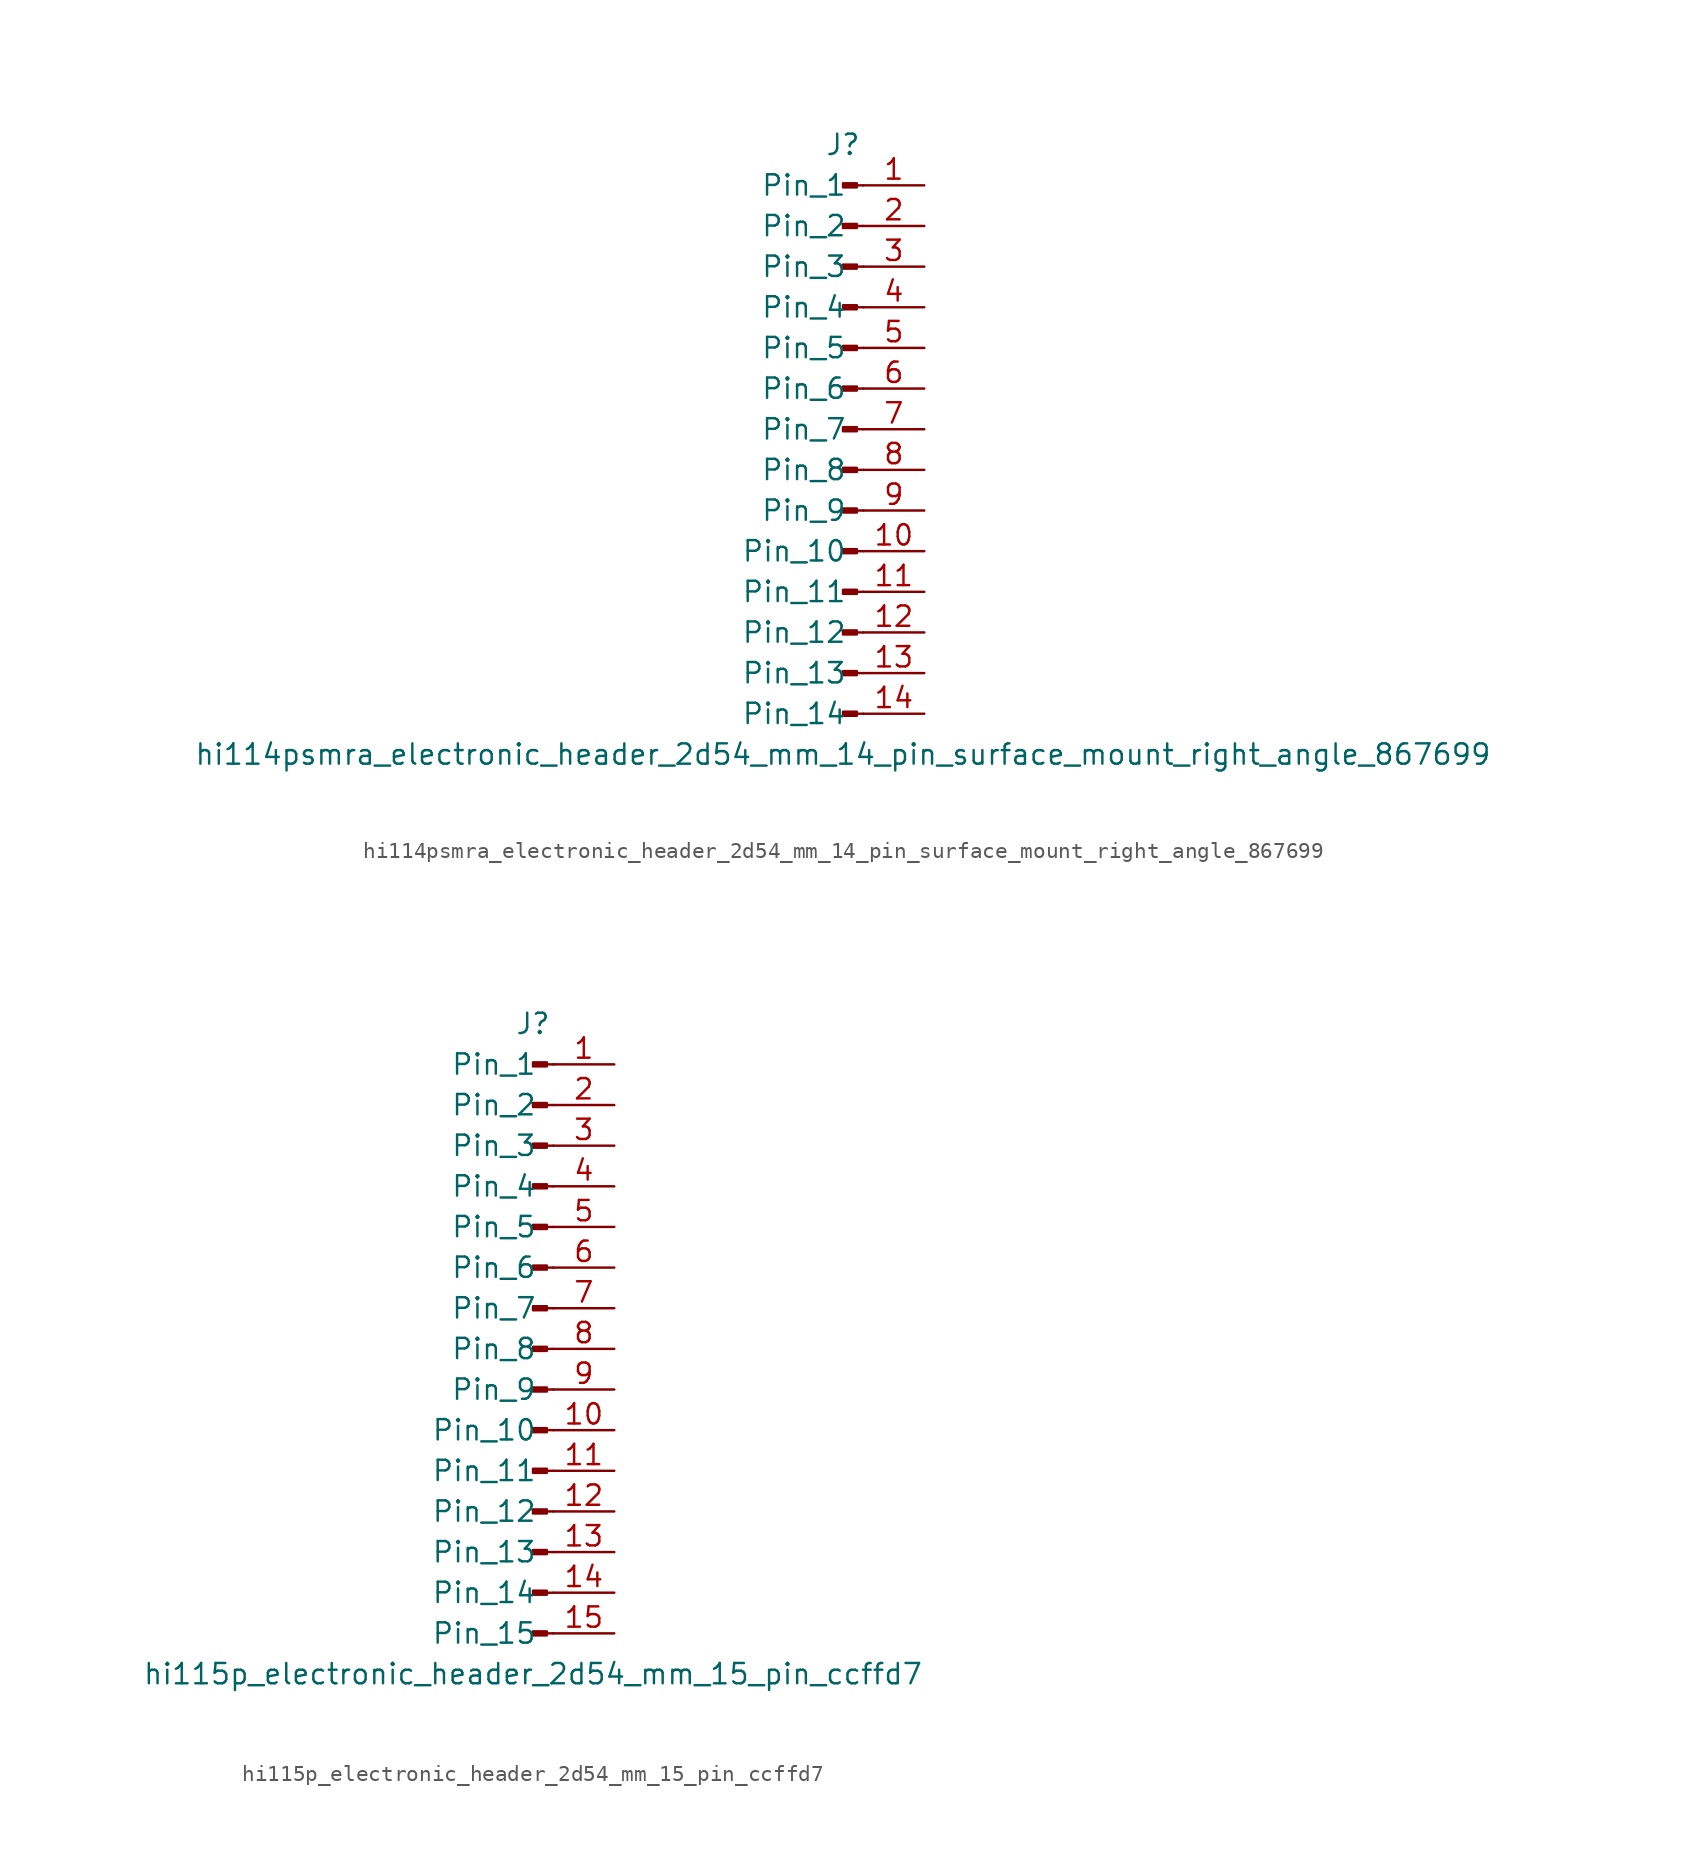
<source format=kicad_sym>
(kicad_symbol_lib
  (version 20220914)
  (generator kicad_symbol_editor)
  (symbol "hi114psmra_electronic_header_2d54_mm_14_pin_surface_mount_right_angle_867699"
    (pin_names
      (offset 1.016))
    (property "Reference" "J"
      (at 0 17.78 0)
      (effects (font (size 1.27 1.27))))
    (property "Value" "hi114psmra_electronic_header_2d54_mm_14_pin_surface_mount_right_angle_867699"
      (at 0 -20.32 0)
      (effects (font (size 1.27 1.27))))
    (property "ki_locked" ""
      (at 0 0 0)
      (effects (font (size 1.27 1.27))))
    (symbol "hi114psmra_electronic_header_2d54_mm_14_pin_surface_mount_right_angle_867699_1_1"
      (polyline (pts (xy 1.27 -17.78) (xy 0.864 -17.78)) (stroke (width 0.152) (type default)) (fill (type none)))
      (polyline (pts (xy 1.27 -15.24) (xy 0.864 -15.24)) (stroke (width 0.152) (type default)) (fill (type none)))
      (polyline (pts (xy 1.27 -12.7) (xy 0.864 -12.7)) (stroke (width 0.152) (type default)) (fill (type none)))
      (polyline (pts (xy 1.27 -10.16) (xy 0.864 -10.16)) (stroke (width 0.152) (type default)) (fill (type none)))
      (polyline (pts (xy 1.27 -7.62) (xy 0.864 -7.62)) (stroke (width 0.152) (type default)) (fill (type none)))
      (polyline (pts (xy 1.27 -5.08) (xy 0.864 -5.08)) (stroke (width 0.152) (type default)) (fill (type none)))
      (polyline (pts (xy 1.27 -2.54) (xy 0.864 -2.54)) (stroke (width 0.152) (type default)) (fill (type none)))
      (polyline (pts (xy 1.27 0) (xy 0.864 0)) (stroke (width 0.152) (type default)) (fill (type none)))
      (polyline (pts (xy 1.27 2.54) (xy 0.864 2.54)) (stroke (width 0.152) (type default)) (fill (type none)))
      (polyline (pts (xy 1.27 5.08) (xy 0.864 5.08)) (stroke (width 0.152) (type default)) (fill (type none)))
      (polyline (pts (xy 1.27 7.62) (xy 0.864 7.62)) (stroke (width 0.152) (type default)) (fill (type none)))
      (polyline (pts (xy 1.27 10.16) (xy 0.864 10.16)) (stroke (width 0.152) (type default)) (fill (type none)))
      (polyline (pts (xy 1.27 12.7) (xy 0.864 12.7)) (stroke (width 0.152) (type default)) (fill (type none)))
      (polyline (pts (xy 1.27 15.24) (xy 0.864 15.24)) (stroke (width 0.152) (type default)) (fill (type none)))
      (rectangle (start 0.864 -17.653) (end 0 -17.907) (stroke (width 0.152) (type default)) (fill (type outline)))
      (rectangle (start 0.864 -15.113) (end 0 -15.367) (stroke (width 0.152) (type default)) (fill (type outline)))
      (rectangle (start 0.864 -12.573) (end 0 -12.827) (stroke (width 0.152) (type default)) (fill (type outline)))
      (rectangle (start 0.864 -10.033) (end 0 -10.287) (stroke (width 0.152) (type default)) (fill (type outline)))
      (rectangle (start 0.864 -7.493) (end 0 -7.747) (stroke (width 0.152) (type default)) (fill (type outline)))
      (rectangle (start 0.864 -4.953) (end 0 -5.207) (stroke (width 0.152) (type default)) (fill (type outline)))
      (rectangle (start 0.864 -2.413) (end 0 -2.667) (stroke (width 0.152) (type default)) (fill (type outline)))
      (rectangle (start 0.864 0.127) (end 0 -0.127) (stroke (width 0.152) (type default)) (fill (type outline)))
      (rectangle (start 0.864 2.667) (end 0 2.413) (stroke (width 0.152) (type default)) (fill (type outline)))
      (rectangle (start 0.864 5.207) (end 0 4.953) (stroke (width 0.152) (type default)) (fill (type outline)))
      (rectangle (start 0.864 7.747) (end 0 7.493) (stroke (width 0.152) (type default)) (fill (type outline)))
      (rectangle (start 0.864 10.287) (end 0 10.033) (stroke (width 0.152) (type default)) (fill (type outline)))
      (rectangle (start 0.864 12.827) (end 0 12.573) (stroke (width 0.152) (type default)) (fill (type outline)))
      (rectangle (start 0.864 15.367) (end 0 15.113) (stroke (width 0.152) (type default)) (fill (type outline)))
      (pin passive line (at 5.08 15.24 180) (length 3.81) (name "Pin_1" (effects (font (size 1.27 1.27)))) (number "1" (effects (font (size 1.27 1.27)))))
      (pin passive line (at 5.08 -7.62 180) (length 3.81) (name "Pin_10" (effects (font (size 1.27 1.27)))) (number "10" (effects (font (size 1.27 1.27)))))
      (pin passive line (at 5.08 -10.16 180) (length 3.81) (name "Pin_11" (effects (font (size 1.27 1.27)))) (number "11" (effects (font (size 1.27 1.27)))))
      (pin passive line (at 5.08 -12.7 180) (length 3.81) (name "Pin_12" (effects (font (size 1.27 1.27)))) (number "12" (effects (font (size 1.27 1.27)))))
      (pin passive line (at 5.08 -15.24 180) (length 3.81) (name "Pin_13" (effects (font (size 1.27 1.27)))) (number "13" (effects (font (size 1.27 1.27)))))
      (pin passive line (at 5.08 -17.78 180) (length 3.81) (name "Pin_14" (effects (font (size 1.27 1.27)))) (number "14" (effects (font (size 1.27 1.27)))))
      (pin passive line (at 5.08 12.7 180) (length 3.81) (name "Pin_2" (effects (font (size 1.27 1.27)))) (number "2" (effects (font (size 1.27 1.27)))))
      (pin passive line (at 5.08 10.16 180) (length 3.81) (name "Pin_3" (effects (font (size 1.27 1.27)))) (number "3" (effects (font (size 1.27 1.27)))))
      (pin passive line (at 5.08 7.62 180) (length 3.81) (name "Pin_4" (effects (font (size 1.27 1.27)))) (number "4" (effects (font (size 1.27 1.27)))))
      (pin passive line (at 5.08 5.08 180) (length 3.81) (name "Pin_5" (effects (font (size 1.27 1.27)))) (number "5" (effects (font (size 1.27 1.27)))))
      (pin passive line (at 5.08 2.54 180) (length 3.81) (name "Pin_6" (effects (font (size 1.27 1.27)))) (number "6" (effects (font (size 1.27 1.27)))))
      (pin passive line (at 5.08 0 180) (length 3.81) (name "Pin_7" (effects (font (size 1.27 1.27)))) (number "7" (effects (font (size 1.27 1.27)))))
      (pin passive line (at 5.08 -2.54 180) (length 3.81) (name "Pin_8" (effects (font (size 1.27 1.27)))) (number "8" (effects (font (size 1.27 1.27)))))
      (pin passive line (at 5.08 -5.08 180) (length 3.81) (name "Pin_9" (effects (font (size 1.27 1.27)))) (number "9" (effects (font (size 1.27 1.27)))))))
  (symbol "hi115p_electronic_header_2d54_mm_15_pin_ccffd7"
    (pin_names
      (offset 1.016))
    (property "Reference" "J"
      (at 0 20.32 0)
      (effects (font (size 1.27 1.27))))
    (property "Value" "hi115p_electronic_header_2d54_mm_15_pin_ccffd7"
      (at 0 -20.32 0)
      (effects (font (size 1.27 1.27))))
    (property "ki_locked" ""
      (at 0 0 0)
      (effects (font (size 1.27 1.27))))
    (symbol "hi115p_electronic_header_2d54_mm_15_pin_ccffd7_1_1"
      (polyline (pts (xy 1.27 -17.78) (xy 0.864 -17.78)) (stroke (width 0.152) (type default)) (fill (type none)))
      (polyline (pts (xy 1.27 -15.24) (xy 0.864 -15.24)) (stroke (width 0.152) (type default)) (fill (type none)))
      (polyline (pts (xy 1.27 -12.7) (xy 0.864 -12.7)) (stroke (width 0.152) (type default)) (fill (type none)))
      (polyline (pts (xy 1.27 -10.16) (xy 0.864 -10.16)) (stroke (width 0.152) (type default)) (fill (type none)))
      (polyline (pts (xy 1.27 -7.62) (xy 0.864 -7.62)) (stroke (width 0.152) (type default)) (fill (type none)))
      (polyline (pts (xy 1.27 -5.08) (xy 0.864 -5.08)) (stroke (width 0.152) (type default)) (fill (type none)))
      (polyline (pts (xy 1.27 -2.54) (xy 0.864 -2.54)) (stroke (width 0.152) (type default)) (fill (type none)))
      (polyline (pts (xy 1.27 0) (xy 0.864 0)) (stroke (width 0.152) (type default)) (fill (type none)))
      (polyline (pts (xy 1.27 2.54) (xy 0.864 2.54)) (stroke (width 0.152) (type default)) (fill (type none)))
      (polyline (pts (xy 1.27 5.08) (xy 0.864 5.08)) (stroke (width 0.152) (type default)) (fill (type none)))
      (polyline (pts (xy 1.27 7.62) (xy 0.864 7.62)) (stroke (width 0.152) (type default)) (fill (type none)))
      (polyline (pts (xy 1.27 10.16) (xy 0.864 10.16)) (stroke (width 0.152) (type default)) (fill (type none)))
      (polyline (pts (xy 1.27 12.7) (xy 0.864 12.7)) (stroke (width 0.152) (type default)) (fill (type none)))
      (polyline (pts (xy 1.27 15.24) (xy 0.864 15.24)) (stroke (width 0.152) (type default)) (fill (type none)))
      (polyline (pts (xy 1.27 17.78) (xy 0.864 17.78)) (stroke (width 0.152) (type default)) (fill (type none)))
      (rectangle (start 0.864 -17.653) (end 0 -17.907) (stroke (width 0.152) (type default)) (fill (type outline)))
      (rectangle (start 0.864 -15.113) (end 0 -15.367) (stroke (width 0.152) (type default)) (fill (type outline)))
      (rectangle (start 0.864 -12.573) (end 0 -12.827) (stroke (width 0.152) (type default)) (fill (type outline)))
      (rectangle (start 0.864 -10.033) (end 0 -10.287) (stroke (width 0.152) (type default)) (fill (type outline)))
      (rectangle (start 0.864 -7.493) (end 0 -7.747) (stroke (width 0.152) (type default)) (fill (type outline)))
      (rectangle (start 0.864 -4.953) (end 0 -5.207) (stroke (width 0.152) (type default)) (fill (type outline)))
      (rectangle (start 0.864 -2.413) (end 0 -2.667) (stroke (width 0.152) (type default)) (fill (type outline)))
      (rectangle (start 0.864 0.127) (end 0 -0.127) (stroke (width 0.152) (type default)) (fill (type outline)))
      (rectangle (start 0.864 2.667) (end 0 2.413) (stroke (width 0.152) (type default)) (fill (type outline)))
      (rectangle (start 0.864 5.207) (end 0 4.953) (stroke (width 0.152) (type default)) (fill (type outline)))
      (rectangle (start 0.864 7.747) (end 0 7.493) (stroke (width 0.152) (type default)) (fill (type outline)))
      (rectangle (start 0.864 10.287) (end 0 10.033) (stroke (width 0.152) (type default)) (fill (type outline)))
      (rectangle (start 0.864 12.827) (end 0 12.573) (stroke (width 0.152) (type default)) (fill (type outline)))
      (rectangle (start 0.864 15.367) (end 0 15.113) (stroke (width 0.152) (type default)) (fill (type outline)))
      (rectangle (start 0.864 17.907) (end 0 17.653) (stroke (width 0.152) (type default)) (fill (type outline)))
      (pin passive line (at 5.08 17.78 180) (length 3.81) (name "Pin_1" (effects (font (size 1.27 1.27)))) (number "1" (effects (font (size 1.27 1.27)))))
      (pin passive line (at 5.08 -5.08 180) (length 3.81) (name "Pin_10" (effects (font (size 1.27 1.27)))) (number "10" (effects (font (size 1.27 1.27)))))
      (pin passive line (at 5.08 -7.62 180) (length 3.81) (name "Pin_11" (effects (font (size 1.27 1.27)))) (number "11" (effects (font (size 1.27 1.27)))))
      (pin passive line (at 5.08 -10.16 180) (length 3.81) (name "Pin_12" (effects (font (size 1.27 1.27)))) (number "12" (effects (font (size 1.27 1.27)))))
      (pin passive line (at 5.08 -12.7 180) (length 3.81) (name "Pin_13" (effects (font (size 1.27 1.27)))) (number "13" (effects (font (size 1.27 1.27)))))
      (pin passive line (at 5.08 -15.24 180) (length 3.81) (name "Pin_14" (effects (font (size 1.27 1.27)))) (number "14" (effects (font (size 1.27 1.27)))))
      (pin passive line (at 5.08 -17.78 180) (length 3.81) (name "Pin_15" (effects (font (size 1.27 1.27)))) (number "15" (effects (font (size 1.27 1.27)))))
      (pin passive line (at 5.08 15.24 180) (length 3.81) (name "Pin_2" (effects (font (size 1.27 1.27)))) (number "2" (effects (font (size 1.27 1.27)))))
      (pin passive line (at 5.08 12.7 180) (length 3.81) (name "Pin_3" (effects (font (size 1.27 1.27)))) (number "3" (effects (font (size 1.27 1.27)))))
      (pin passive line (at 5.08 10.16 180) (length 3.81) (name "Pin_4" (effects (font (size 1.27 1.27)))) (number "4" (effects (font (size 1.27 1.27)))))
      (pin passive line (at 5.08 7.62 180) (length 3.81) (name "Pin_5" (effects (font (size 1.27 1.27)))) (number "5" (effects (font (size 1.27 1.27)))))
      (pin passive line (at 5.08 5.08 180) (length 3.81) (name "Pin_6" (effects (font (size 1.27 1.27)))) (number "6" (effects (font (size 1.27 1.27)))))
      (pin passive line (at 5.08 2.54 180) (length 3.81) (name "Pin_7" (effects (font (size 1.27 1.27)))) (number "7" (effects (font (size 1.27 1.27)))))
      (pin passive line (at 5.08 0 180) (length 3.81) (name "Pin_8" (effects (font (size 1.27 1.27)))) (number "8" (effects (font (size 1.27 1.27)))))
      (pin passive line (at 5.08 -2.54 180) (length 3.81) (name "Pin_9" (effects (font (size 1.27 1.27)))) (number "9" (effects (font (size 1.27 1.27))))))))
</source>
